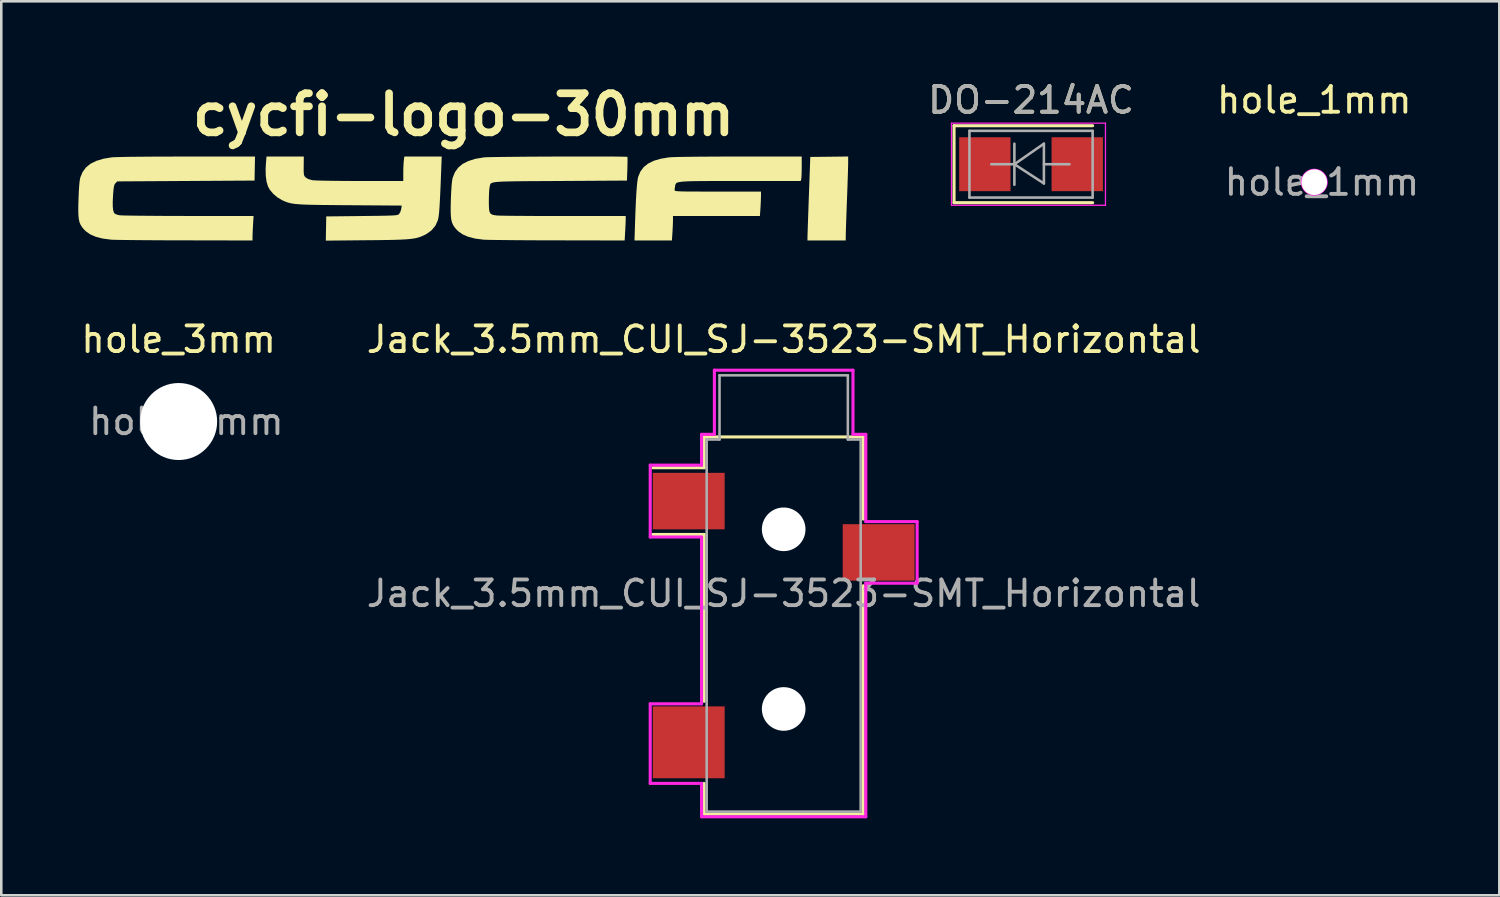
<source format=kicad_pcb>
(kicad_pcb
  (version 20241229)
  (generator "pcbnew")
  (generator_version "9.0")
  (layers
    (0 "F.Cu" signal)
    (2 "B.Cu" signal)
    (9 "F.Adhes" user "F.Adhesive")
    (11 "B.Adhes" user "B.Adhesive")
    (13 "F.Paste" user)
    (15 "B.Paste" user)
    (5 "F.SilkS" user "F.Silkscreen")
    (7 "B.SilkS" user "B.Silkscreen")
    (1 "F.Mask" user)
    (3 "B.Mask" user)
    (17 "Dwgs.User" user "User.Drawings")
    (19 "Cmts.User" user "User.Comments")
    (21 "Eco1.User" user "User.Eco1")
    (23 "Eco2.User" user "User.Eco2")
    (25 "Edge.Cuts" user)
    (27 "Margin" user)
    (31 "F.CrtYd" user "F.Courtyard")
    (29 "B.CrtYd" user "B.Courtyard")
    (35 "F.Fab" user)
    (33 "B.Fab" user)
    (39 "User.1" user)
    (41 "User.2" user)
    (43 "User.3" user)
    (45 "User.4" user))
  (footprint "DO-214AC"
    (layer "F.Cu")
    (at 37.123 3.348)
    (property "Reference" "DO-214AC" (at 0 -2.5 0) (layer "F.SilkS") (effects (font (size 1 1) (thickness 0.15))))
    (attr smd)
    (fp_line (start -3 -1.5) (end -3 1.5) (stroke (width 0.12) (type solid)) (layer "F.SilkS"))
    (fp_line (start -3 1.5) (end 2.4 1.5) (stroke (width 0.12) (type solid)) (layer "F.SilkS"))
    (fp_line (start 2.4 -1.5) (end -3 -1.5) (stroke (width 0.12) (type solid)) (layer "F.SilkS"))
    (fp_line (start -3.1 -1.6) (end 2.9 -1.6) (stroke (width 0.05) (type solid)) (layer "F.CrtYd"))
    (fp_line (start -3.1 1.6) (end -3.1 -1.6) (stroke (width 0.05) (type solid)) (layer "F.CrtYd"))
    (fp_line (start 2.9 -1.6) (end 2.9 1.6) (stroke (width 0.05) (type solid)) (layer "F.CrtYd"))
    (fp_line (start 2.9 1.6) (end -3.1 1.6) (stroke (width 0.05) (type solid)) (layer "F.CrtYd"))
    (fp_line (start -2.4 -1.3) (end -2.4 1.3) (stroke (width 0.1) (type solid)) (layer "F.Fab"))
    (fp_line (start -2.4 1.3) (end 2.4 1.3) (stroke (width 0.1) (type solid)) (layer "F.Fab"))
    (fp_line (start -0.649 -0.799) (end -0.649 0.801) (stroke (width 0.1) (type solid)) (layer "F.Fab"))
    (fp_line (start -0.649 0.001) (end -1.551 0.001) (stroke (width 0.1) (type solid)) (layer "F.Fab"))
    (fp_line (start -0.649 0.001) (end 0.501 -0.799) (stroke (width 0.1) (type solid)) (layer "F.Fab"))
    (fp_line (start -0.649 0.001) (end 0.501 0.75) (stroke (width 0.1) (type solid)) (layer "F.Fab"))
    (fp_line (start 0.501 0.001) (end 1.499 0.001) (stroke (width 0.1) (type solid)) (layer "F.Fab"))
    (fp_line (start 0.501 0.75) (end 0.501 -0.799) (stroke (width 0.1) (type solid)) (layer "F.Fab"))
    (fp_line (start 2.4 -1.3) (end -2.4 -1.3) (stroke (width 0.1) (type solid)) (layer "F.Fab"))
    (fp_line (start 2.4 1.3) (end 2.4 -1.3) (stroke (width 0.1) (type solid)) (layer "F.Fab"))
    (fp_text user "${REFERENCE}" (at 0 -2.5 0) (layer "F.Fab") (effects (font (size 1 1) (thickness 0.15))))
    (pad "1" smd rect (at -1.8 0) (size 2 2.1) (layers "F.Cu" "F.Mask" "F.Paste"))
    (pad "2" smd rect (at 1.8 0) (size 2 2.1) (layers "F.Cu" "F.Mask" "F.Paste")))
  (footprint "Jack_3.5mm_CUI_SJ-3523-SMT_Horizontal"
    (layer "F.Cu")
    (at 27.485 20.074)
    (property "Reference" "Jack_3.5mm_CUI_SJ-3523-SMT_Horizontal" (at 0 -9.9 0) (layer "F.SilkS") (effects (font (size 1 1) (thickness 0.15))))
    (attr smd)
    (fp_line (start -3.1 -6.1) (end 3.1 -6.1) (stroke (width 0.12) (type solid)) (layer "F.SilkS"))
    (fp_line (start -3.1 -4.9) (end -5.1 -4.9) (stroke (width 0.12) (type solid)) (layer "F.SilkS"))
    (fp_line (start -3.1 -4.9) (end -3.1 -6.1) (stroke (width 0.12) (type solid)) (layer "F.SilkS"))
    (fp_line (start -3.1 -2.3) (end -5.1 -2.3) (stroke (width 0.12) (type solid)) (layer "F.SilkS"))
    (fp_line (start -3.1 4.2) (end -3.1 -2.3) (stroke (width 0.12) (type solid)) (layer "F.SilkS"))
    (fp_line (start -3.1 8.6) (end -3.1 7.4) (stroke (width 0.12) (type solid)) (layer "F.SilkS"))
    (fp_line (start 3.1 -6.1) (end 3.1 -2.9) (stroke (width 0.12) (type solid)) (layer "F.SilkS"))
    (fp_line (start 3.1 -0.3) (end 3.1 8.6) (stroke (width 0.12) (type solid)) (layer "F.SilkS"))
    (fp_line (start 3.1 8.6) (end -3.1 8.6) (stroke (width 0.12) (type solid)) (layer "F.SilkS"))
    (fp_line (start -5.2 -5) (end -3.2 -5) (stroke (width 0.12) (type solid)) (layer "F.CrtYd"))
    (fp_line (start -5.2 -2.2) (end -5.2 -5) (stroke (width 0.12) (type solid)) (layer "F.CrtYd"))
    (fp_line (start -5.2 4.3) (end -3.2 4.3) (stroke (width 0.12) (type solid)) (layer "F.CrtYd"))
    (fp_line (start -5.2 7.4) (end -5.2 4.3) (stroke (width 0.12) (type solid)) (layer "F.CrtYd"))
    (fp_line (start -3.2 -6.2) (end -2.7 -6.2) (stroke (width 0.12) (type solid)) (layer "F.CrtYd"))
    (fp_line (start -3.2 -5) (end -3.2 -6.2) (stroke (width 0.12) (type solid)) (layer "F.CrtYd"))
    (fp_line (start -3.2 -2.2) (end -5.2 -2.2) (stroke (width 0.12) (type solid)) (layer "F.CrtYd"))
    (fp_line (start -3.2 4.3) (end -3.2 -2.2) (stroke (width 0.12) (type solid)) (layer "F.CrtYd"))
    (fp_line (start -3.2 7.4) (end -5.2 7.4) (stroke (width 0.12) (type solid)) (layer "F.CrtYd"))
    (fp_line (start -3.2 8.7) (end -3.2 7.4) (stroke (width 0.12) (type solid)) (layer "F.CrtYd"))
    (fp_line (start -2.7 -8.7) (end 2.7 -8.7) (stroke (width 0.12) (type solid)) (layer "F.CrtYd"))
    (fp_line (start -2.7 -6.2) (end -2.7 -8.7) (stroke (width 0.12) (type solid)) (layer "F.CrtYd"))
    (fp_line (start 2.7 -8.7) (end 2.7 -6.2) (stroke (width 0.12) (type solid)) (layer "F.CrtYd"))
    (fp_line (start 2.7 -6.2) (end 3.2 -6.2) (stroke (width 0.12) (type solid)) (layer "F.CrtYd"))
    (fp_line (start 3.2 -6.2) (end 3.2 -2.8) (stroke (width 0.12) (type solid)) (layer "F.CrtYd"))
    (fp_line (start 3.2 -2.8) (end 5.2 -2.8) (stroke (width 0.12) (type solid)) (layer "F.CrtYd"))
    (fp_line (start 3.2 -0.4) (end 3.2 8.7) (stroke (width 0.12) (type solid)) (layer "F.CrtYd"))
    (fp_line (start 3.2 8.7) (end -3.2 8.7) (stroke (width 0.12) (type solid)) (layer "F.CrtYd"))
    (fp_line (start 5.2 -2.8) (end 5.2 -0.4) (stroke (width 0.12) (type solid)) (layer "F.CrtYd"))
    (fp_line (start 5.2 -0.4) (end 3.2 -0.4) (stroke (width 0.12) (type solid)) (layer "F.CrtYd"))
    (fp_line (start -3 -6) (end -2.5 -6) (stroke (width 0.1) (type solid)) (layer "F.Fab"))
    (fp_line (start -3 8.5) (end -3 -6) (stroke (width 0.1) (type solid)) (layer "F.Fab"))
    (fp_line (start -2.5 -8.5) (end 2.5 -8.5) (stroke (width 0.1) (type solid)) (layer "F.Fab"))
    (fp_line (start -2.5 -6) (end -2.5 -8.5) (stroke (width 0.1) (type solid)) (layer "F.Fab"))
    (fp_line (start 2.5 -8.5) (end 2.5 -6) (stroke (width 0.1) (type solid)) (layer "F.Fab"))
    (fp_line (start 2.5 -6) (end 3 -6) (stroke (width 0.1) (type solid)) (layer "F.Fab"))
    (fp_line (start 3 -6) (end 3 8.5) (stroke (width 0.1) (type solid)) (layer "F.Fab"))
    (fp_line (start 3 8.5) (end -3 8.5) (stroke (width 0.1) (type solid)) (layer "F.Fab"))
    (fp_text user "${REFERENCE}" (at 0 0 0) (layer "F.Fab") (effects (font (size 1 1) (thickness 0.15))))
    (pad "" np_thru_hole circle (at 0 -2.5) (size 1.7 1.7) (drill 1.7) (layers "*.Cu" "*.Mask"))
    (pad "" np_thru_hole circle (at 0 4.5) (size 1.7 1.7) (drill 1.7) (layers "*.Cu" "*.Mask"))
    (pad "R" smd rect (at 3.7 -1.6) (size 2.8 2.2) (layers "F.Cu" "F.Mask" "F.Paste"))
    (pad "S" smd rect (at -3.7 -3.6) (size 2.8 2.2) (layers "F.Cu" "F.Mask" "F.Paste"))
    (pad "T" smd rect (at -3.7 5.8) (size 2.8 2.8) (layers "F.Cu" "F.Mask" "F.Paste")))
  (footprint "hole_1mm"
    (layer "F.Cu")
    (at 48.159 4.048)
    (property "Reference" "hole_1mm" (at 0 -3.2 0) (layer "F.SilkS") (effects (font (size 1 1) (thickness 0.15))))
    (attr exclude_from_pos_files exclude_from_bom)
    (fp_circle (center 0 0) (end 0.5 0) (stroke (width 0.05) (type solid)) (fill no) (layer "F.CrtYd"))
    (fp_text user "${REFERENCE}" (at 0.3 0 0) (layer "F.Fab") (effects (font (size 1 1) (thickness 0.15))))
    (pad "" np_thru_hole circle (at 0 0) (size 1 1) (drill 1) (layers "*.Cu" "*.Mask")))
  (footprint "hole_3mm"
    (layer "F.Cu")
    (at 3.911 13.374)
    (property "Reference" "hole_3mm" (at 0 -3.2 0) (layer "F.SilkS") (effects (font (size 1 1) (thickness 0.15))))
    (attr exclude_from_pos_files exclude_from_bom)
    (fp_circle (center 0 0) (end 0.6 0) (stroke (width 0.05) (type solid)) (fill no) (layer "F.CrtYd"))
    (fp_text user "${REFERENCE}" (at 0.3 0 0) (layer "F.Fab") (effects (font (size 1 1) (thickness 0.15))))
    (pad "" np_thru_hole circle (at 0 0) (size 3 3) (drill 3) (layers "*.Cu" "*.Mask")))
  (footprint "cycfi-logo-30mm"
    (layer "F.Cu")
    (at 15.012 5.018)
    (property "Reference" "cycfi-logo-30mm" (at 0 -3.6 0) (layer "F.SilkS") (effects (font (size 1.524 1.524) (thickness 0.3))))
    (attr board_only exclude_from_pos_files exclude_from_bom)
    (fp_poly (pts (xy 14.985 -1.723) (xy 14.984 -1.635) (xy 14.98 -1.492) (xy 14.975 -1.303) (xy 14.967 -1.078) (xy 14.959 -0.825) (xy 14.949 -0.552) (xy 14.938 -0.27) (xy 14.938 -0.27) (xy 14.928 0.009) (xy 14.918 0.275) (xy 14.91 0.519) (xy 14.902 0.734) (xy 14.897 0.911) (xy 14.893 1.042) (xy 14.892 1.117) (xy 14.892 1.119) (xy 14.891 1.302) (xy 13.399 1.302) (xy 13.401 1.135) (xy 13.403 1.069) (xy 13.407 0.947) (xy 13.412 0.776) (xy 13.42 0.563) (xy 13.428 0.316) (xy 13.438 0.042) (xy 13.448 -0.253) (xy 13.457 -0.492) (xy 13.51 -1.953) (xy 14.248 -1.961) (xy 14.986 -1.97)) (stroke (width 0) (type solid)) (fill yes) (layer "F.SilkS"))
    (fp_poly (pts (xy 13.176 -1.564) (xy 13.174 -1.403) (xy 13.17 -1.261) (xy 13.164 -1.151) (xy 13.157 -1.09) (xy 13.156 -1.087) (xy 13.137 -1.016) (xy 10.806 -1.016) (xy 10.347 -1.016) (xy 9.947 -1.016) (xy 9.602 -1.015) (xy 9.308 -1.013) (xy 9.061 -1.011) (xy 8.857 -1.007) (xy 8.691 -1.001) (xy 8.559 -0.993) (xy 8.458 -0.982) (xy 8.383 -0.969) (xy 8.329 -0.953) (xy 8.293 -0.934) (xy 8.271 -0.911) (xy 8.257 -0.884) (xy 8.249 -0.853) (xy 8.244 -0.825) (xy 8.229 -0.734) (xy 8.223 -0.663) (xy 8.225 -0.65) (xy 8.235 -0.639) (xy 8.257 -0.63) (xy 8.296 -0.622) (xy 8.358 -0.616) (xy 8.447 -0.612) (xy 8.569 -0.608) (xy 8.728 -0.606) (xy 8.93 -0.605) (xy 9.18 -0.604) (xy 9.482 -0.603) (xy 9.842 -0.603) (xy 9.906 -0.603) (xy 11.589 -0.603) (xy 11.589 -0.437) (xy 11.586 -0.328) (xy 11.58 -0.182) (xy 11.572 -0.023) (xy 11.568 0.04) (xy 11.547 0.349) (xy 8.16 0.349) (xy 8.16 0.516) (xy 8.157 0.624) (xy 8.151 0.77) (xy 8.143 0.929) (xy 8.139 0.992) (xy 8.118 1.302) (xy 6.66 1.302) (xy 6.682 0.611) (xy 6.697 0.179) (xy 6.713 -0.192) (xy 6.73 -0.504) (xy 6.748 -0.757) (xy 6.767 -0.956) (xy 6.787 -1.1) (xy 6.806 -1.186) (xy 6.894 -1.391) (xy 7.023 -1.561) (xy 7.196 -1.698) (xy 7.418 -1.806) (xy 7.691 -1.885) (xy 8 -1.936) (xy 8.083 -1.942) (xy 8.226 -1.948) (xy 8.424 -1.953) (xy 8.674 -1.957) (xy 8.971 -1.961) (xy 9.312 -1.964) (xy 9.694 -1.966) (xy 10.111 -1.968) (xy 10.559 -1.968) (xy 10.723 -1.968) (xy 13.176 -1.968)) (stroke (width 0) (type solid)) (fill yes) (layer "F.SilkS"))
    (fp_poly (pts (xy -8.135 -1.5) (xy -8.144 -1.032) (xy -10.818 -1.016) (xy -13.492 -1) (xy -13.56 -0.932) (xy -13.59 -0.895) (xy -13.612 -0.843) (xy -13.628 -0.766) (xy -13.642 -0.651) (xy -13.655 -0.485) (xy -13.656 -0.472) (xy -13.669 -0.222) (xy -13.669 -0.029) (xy -13.654 0.113) (xy -13.625 0.21) (xy -13.606 0.242) (xy -13.548 0.28) (xy -13.446 0.311) (xy -13.395 0.32) (xy -13.337 0.324) (xy -13.22 0.328) (xy -13.05 0.331) (xy -12.833 0.335) (xy -12.572 0.338) (xy -12.275 0.34) (xy -11.945 0.343) (xy -11.588 0.345) (xy -11.209 0.346) (xy -10.814 0.347) (xy -10.703 0.347) (xy -8.182 0.349) (xy -8.203 0.688) (xy -8.211 0.845) (xy -8.218 0.994) (xy -8.222 1.113) (xy -8.223 1.164) (xy -8.223 1.302) (xy -10.851 1.297) (xy -11.26 1.296) (xy -11.657 1.295) (xy -12.034 1.293) (xy -12.388 1.291) (xy -12.712 1.288) (xy -13.002 1.285) (xy -13.251 1.282) (xy -13.456 1.279) (xy -13.61 1.275) (xy -13.708 1.272) (xy -13.733 1.27) (xy -14.056 1.228) (xy -14.325 1.16) (xy -14.545 1.065) (xy -14.72 0.941) (xy -14.795 0.866) (xy -14.866 0.779) (xy -14.921 0.692) (xy -14.962 0.597) (xy -14.989 0.484) (xy -15.005 0.343) (xy -15.012 0.167) (xy -15.011 -0.055) (xy -15.003 -0.312) (xy -14.991 -0.616) (xy -14.975 -0.856) (xy -14.956 -1.034) (xy -14.934 -1.149) (xy -14.932 -1.154) (xy -14.843 -1.367) (xy -14.711 -1.545) (xy -14.533 -1.689) (xy -14.306 -1.801) (xy -14.028 -1.884) (xy -13.717 -1.936) (xy -13.635 -1.942) (xy -13.493 -1.947) (xy -13.295 -1.952) (xy -13.043 -1.957) (xy -12.742 -1.96) (xy -12.395 -1.963) (xy -12.005 -1.966) (xy -11.576 -1.967) (xy -11.112 -1.968) (xy -10.787 -1.968) (xy -8.126 -1.968)) (stroke (width 0) (type solid)) (fill yes) (layer "F.SilkS"))
    (fp_poly (pts (xy -6.229 -1.601) (xy -6.23 -1.442) (xy -6.227 -1.334) (xy -6.219 -1.262) (xy -6.202 -1.214) (xy -6.176 -1.177) (xy -6.155 -1.156) (xy -6.058 -1.093) (xy -5.911 -1.051) (xy -5.888 -1.047) (xy -5.819 -1.041) (xy -5.693 -1.035) (xy -5.516 -1.03) (xy -5.295 -1.026) (xy -5.036 -1.022) (xy -4.746 -1.019) (xy -4.432 -1.017) (xy -4.099 -1.016) (xy -4.024 -1.016) (xy -2.349 -1.016) (xy -2.349 -1.326) (xy -2.347 -1.483) (xy -2.341 -1.637) (xy -2.333 -1.764) (xy -2.329 -1.802) (xy -2.309 -1.968) (xy -0.851 -1.968) (xy -0.873 -1.405) (xy -0.888 -1.014) (xy -0.902 -0.681) (xy -0.915 -0.401) (xy -0.927 -0.168) (xy -0.939 0.022) (xy -0.95 0.176) (xy -0.963 0.298) (xy -0.976 0.394) (xy -0.99 0.468) (xy -1.003 0.517) (xy -1.097 0.725) (xy -1.245 0.904) (xy -1.443 1.048) (xy -1.502 1.079) (xy -1.589 1.12) (xy -1.673 1.155) (xy -1.759 1.185) (xy -1.854 1.209) (xy -1.963 1.229) (xy -2.092 1.245) (xy -2.247 1.258) (xy -2.435 1.268) (xy -2.66 1.276) (xy -2.929 1.282) (xy -3.247 1.287) (xy -3.621 1.291) (xy -3.771 1.292) (xy -5.367 1.308) (xy -5.359 0.837) (xy -5.35 0.365) (xy -3.962 0.349) (xy -3.628 0.345) (xy -3.352 0.342) (xy -3.129 0.338) (xy -2.951 0.334) (xy -2.814 0.329) (xy -2.711 0.324) (xy -2.637 0.317) (xy -2.586 0.308) (xy -2.552 0.298) (xy -2.529 0.285) (xy -2.512 0.27) (xy -2.512 0.27) (xy -2.468 0.198) (xy -2.434 0.098) (xy -2.43 0.074) (xy -2.408 -0.058) (xy -4.435 -0.072) (xy -4.867 -0.075) (xy -5.241 -0.079) (xy -5.561 -0.082) (xy -5.834 -0.087) (xy -6.064 -0.092) (xy -6.256 -0.099) (xy -6.415 -0.109) (xy -6.547 -0.12) (xy -6.657 -0.134) (xy -6.749 -0.152) (xy -6.83 -0.173) (xy -6.903 -0.197) (xy -6.975 -0.226) (xy -7.051 -0.26) (xy -7.066 -0.267) (xy -7.247 -0.373) (xy -7.413 -0.513) (xy -7.547 -0.671) (xy -7.619 -0.799) (xy -7.676 -0.987) (xy -7.707 -1.225) (xy -7.712 -1.502) (xy -7.701 -1.693) (xy -7.678 -1.968) (xy -6.225 -1.968)) (stroke (width 0) (type solid)) (fill yes) (layer "F.SilkS"))
    (fp_poly (pts (xy 5.015 -1.97) (xy 5.322 -1.97) (xy 5.602 -1.969) (xy 5.847 -1.968) (xy 6.053 -1.966) (xy 6.215 -1.963) (xy 6.325 -1.96) (xy 6.38 -1.957) (xy 6.384 -1.955) (xy 6.388 -1.921) (xy 6.389 -1.834) (xy 6.388 -1.708) (xy 6.384 -1.552) (xy 6.382 -1.487) (xy 6.366 -1.032) (xy 3.756 -1.016) (xy 3.279 -1.013) (xy 2.863 -1.011) (xy 2.502 -1.009) (xy 2.192 -1.006) (xy 1.93 -1.003) (xy 1.711 -0.998) (xy 1.531 -0.993) (xy 1.387 -0.985) (xy 1.274 -0.976) (xy 1.188 -0.964) (xy 1.126 -0.949) (xy 1.083 -0.932) (xy 1.055 -0.91) (xy 1.039 -0.885) (xy 1.03 -0.856) (xy 1.023 -0.822) (xy 1.016 -0.783) (xy 1.014 -0.774) (xy 1.003 -0.696) (xy 0.994 -0.57) (xy 0.988 -0.414) (xy 0.985 -0.245) (xy 0.985 -0.231) (xy 0.987 -0.037) (xy 0.996 0.103) (xy 1.018 0.2) (xy 1.059 0.261) (xy 1.124 0.298) (xy 1.219 0.318) (xy 1.308 0.329) (xy 1.37 0.332) (xy 1.491 0.335) (xy 1.665 0.338) (xy 1.885 0.341) (xy 2.148 0.343) (xy 2.447 0.345) (xy 2.777 0.347) (xy 3.133 0.348) (xy 3.508 0.349) (xy 3.899 0.349) (xy 3.91 0.349) (xy 6.318 0.349) (xy 6.318 0.468) (xy 6.316 0.549) (xy 6.311 0.675) (xy 6.304 0.825) (xy 6.297 0.945) (xy 6.277 1.302) (xy 3.654 1.297) (xy 3.245 1.296) (xy 2.849 1.295) (xy 2.472 1.293) (xy 2.119 1.291) (xy 1.795 1.288) (xy 1.506 1.285) (xy 1.256 1.282) (xy 1.052 1.279) (xy 0.899 1.275) (xy 0.801 1.272) (xy 0.777 1.27) (xy 0.454 1.228) (xy 0.185 1.16) (xy -0.035 1.065) (xy -0.211 0.941) (xy -0.285 0.866) (xy -0.357 0.778) (xy -0.412 0.691) (xy -0.452 0.595) (xy -0.48 0.48) (xy -0.496 0.338) (xy -0.502 0.159) (xy -0.501 -0.066) (xy -0.495 -0.3) (xy -0.482 -0.602) (xy -0.466 -0.843) (xy -0.447 -1.023) (xy -0.424 -1.141) (xy -0.424 -1.141) (xy -0.338 -1.356) (xy -0.21 -1.536) (xy -0.035 -1.682) (xy 0.188 -1.795) (xy 0.463 -1.88) (xy 0.793 -1.936) (xy 0.793 -1.936) (xy 0.857 -1.94) (xy 0.976 -1.944) (xy 1.144 -1.948) (xy 1.357 -1.951) (xy 1.608 -1.954) (xy 1.892 -1.957) (xy 2.204 -1.96) (xy 2.537 -1.963) (xy 2.887 -1.965) (xy 3.247 -1.967) (xy 3.613 -1.968) (xy 3.978 -1.969) (xy 4.337 -1.97) (xy 4.684 -1.97)) (stroke (width 0) (type solid)) (fill yes) (layer "F.SilkS")))
  (gr_rect
    (start -3 -3)
    (end 55.369 31.834)
    (stroke (width 0.1) (type default))
    (fill no)
    (layer "Edge.Cuts")))
</source>
